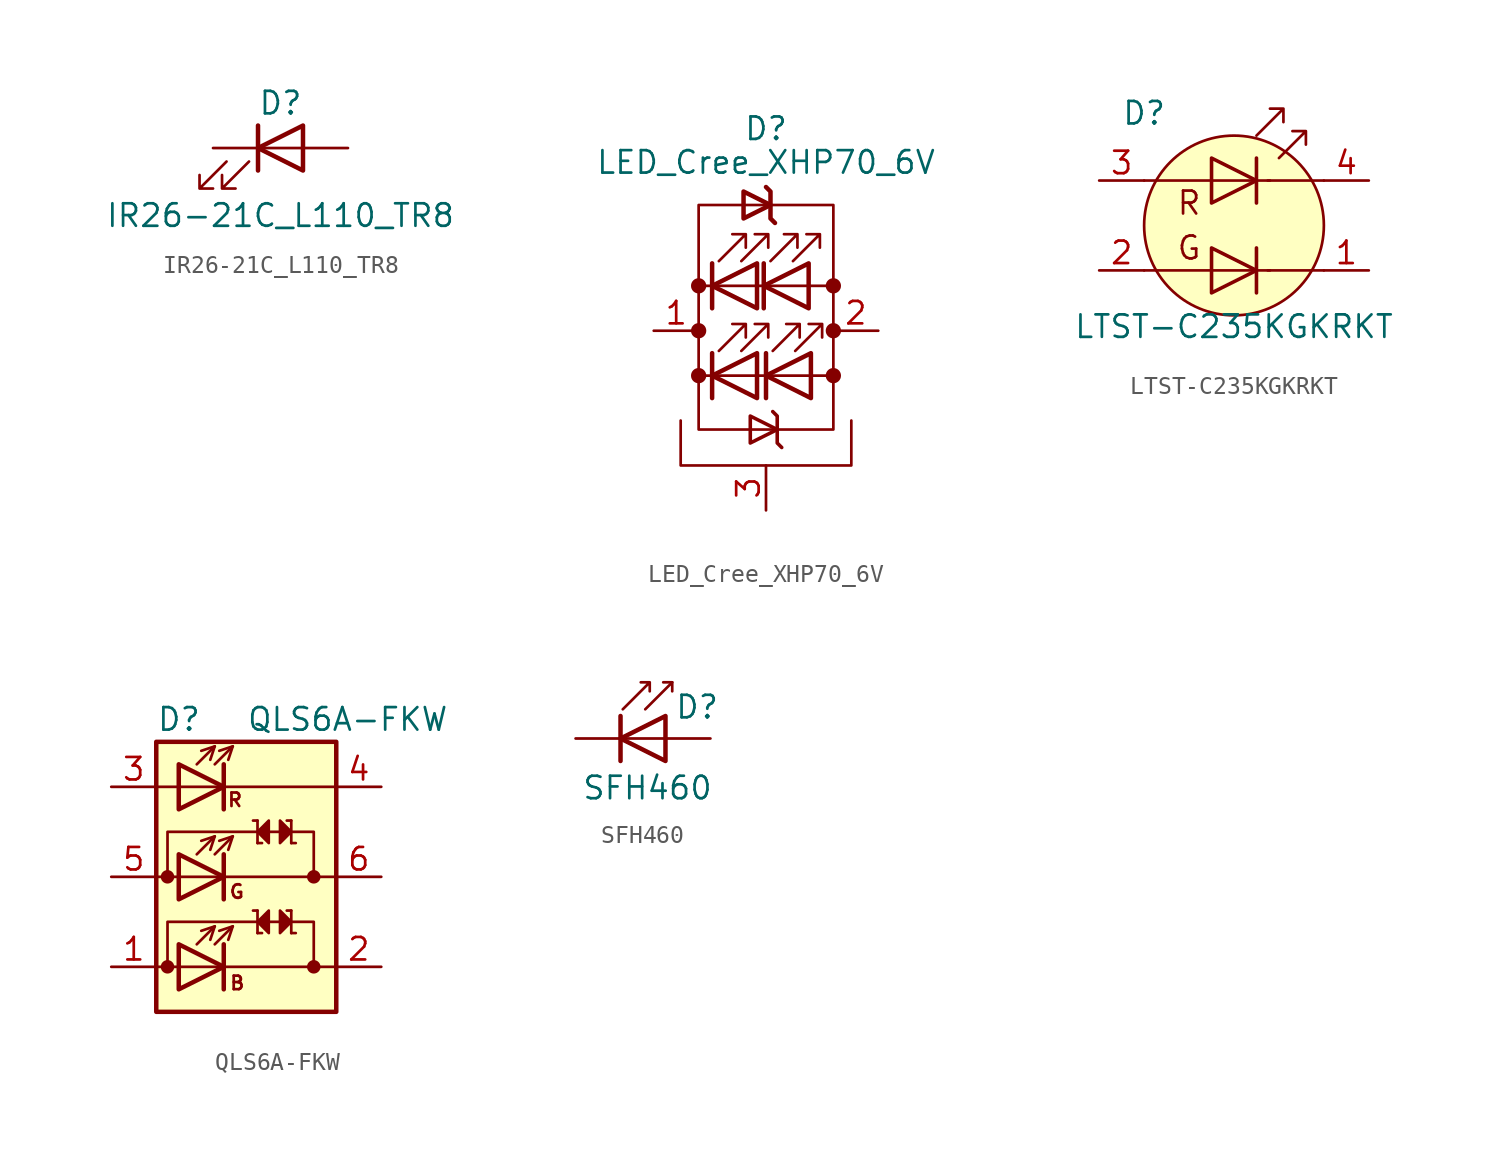
<source format=kicad_sym>
(kicad_symbol_lib
  (version 20231120)
  (generator "kicad_symbol_editor")
  (generator_version "8.0")
  (symbol "IR26-21C_L110_TR8"
    (pin_numbers hide)
    (pin_names
      (offset 1.016) hide)
    (property "Reference" "D"
      (at 0 2.54 0)
      (effects (font (size 1.27 1.27))))
    (property "Value" "IR26-21C_L110_TR8"
      (at 0 -3.81 0)
      (effects (font (size 1.27 1.27))))
    (symbol "IR26-21C_L110_TR8_0_1"
      (polyline (pts (xy -1.27 -1.27) (xy -1.27 1.27)) (stroke (width 0.254) (type default)) (fill (type none)))
      (polyline (pts (xy -1.27 0) (xy 1.27 0)) (stroke (width 0) (type default)) (fill (type none)))
      (polyline (pts (xy 1.27 -1.27) (xy 1.27 1.27) (xy -1.27 0) (xy 1.27 -1.27)) (stroke (width 0.254) (type default)) (fill (type none)))
      (polyline (pts (xy -3.048 -0.762) (xy -4.572 -2.286) (xy -3.81 -2.286) (xy -4.572 -2.286) (xy -4.572 -1.524)) (stroke (width 0) (type default)) (fill (type none)))
      (polyline (pts (xy -1.778 -0.762) (xy -3.302 -2.286) (xy -2.54 -2.286) (xy -3.302 -2.286) (xy -3.302 -1.524)) (stroke (width 0) (type default)) (fill (type none))))
    (symbol "IR26-21C_L110_TR8_1_1"
      (pin passive line (at -3.81 0 0) (length 2.54) (name "K" (effects (font (size 1.27 1.27)))) (number "1" (effects (font (size 1.27 1.27)))))
      (pin passive line (at 3.81 0 180) (length 2.54) (name "A" (effects (font (size 1.27 1.27)))) (number "2" (effects (font (size 1.27 1.27)))))))
  (symbol "LED_Cree_XHP70_6V"
    (pin_names
      (offset 1.016) hide)
    (property "Reference" "D"
      (at 0 11.43 0)
      (effects (font (size 1.27 1.27))))
    (property "Value" "LED_Cree_XHP70_6V"
      (at 0 9.525 0)
      (effects (font (size 1.27 1.27))))
    (symbol "LED_Cree_XHP70_6V_0_1"
      (circle (center -3.81 -2.54) (radius 0.356) (stroke (width 0) (type default)) (fill (type outline)))
      (circle (center -3.81 0) (radius 0.356) (stroke (width 0) (type default)) (fill (type outline)))
      (circle (center -3.81 2.54) (radius 0.356) (stroke (width 0) (type default)) (fill (type outline)))
      (polyline (pts (xy -3.81 -2.54) (xy 3.81 -2.54)) (stroke (width 0) (type default)) (fill (type none)))
      (polyline (pts (xy -3.048 -3.81) (xy -3.048 -1.27)) (stroke (width 0.254) (type default)) (fill (type none)))
      (polyline (pts (xy -3.048 1.27) (xy -3.048 3.81)) (stroke (width 0.254) (type default)) (fill (type none)))
      (polyline (pts (xy -0.127 1.27) (xy -0.127 3.81)) (stroke (width 0.254) (type default)) (fill (type none)))
      (polyline (pts (xy 0 -3.81) (xy 0 -1.27)) (stroke (width 0.254) (type default)) (fill (type none)))
      (polyline (pts (xy 3.81 2.54) (xy -3.81 2.54)) (stroke (width 0) (type default)) (fill (type none)))
      (polyline (pts (xy -4.826 -5.08) (xy -4.826 -7.62) (xy 4.826 -7.62) (xy 4.826 -5.08)) (stroke (width 0) (type default)) (fill (type none)))
      (polyline (pts (xy -0.508 -3.81) (xy -0.508 -1.27) (xy -3.048 -2.54) (xy -0.508 -3.81)) (stroke (width 0.254) (type default)) (fill (type none)))
      (polyline (pts (xy -0.508 1.27) (xy -0.508 3.81) (xy -3.048 2.54) (xy -0.508 1.27)) (stroke (width 0.254) (type default)) (fill (type none)))
      (polyline (pts (xy 0.508 6.096) (xy 0.254 6.35) (xy 0.254 7.874) (xy 0 8.128)) (stroke (width 0.254) (type default)) (fill (type none)))
      (polyline (pts (xy 0.889 -6.604) (xy 0.635 -6.35) (xy 0.635 -4.826) (xy 0.381 -4.572)) (stroke (width 0.203) (type default)) (fill (type none)))
      (polyline (pts (xy 2.413 1.27) (xy 2.413 3.81) (xy -0.127 2.54) (xy 2.413 1.27)) (stroke (width 0.254) (type default)) (fill (type none)))
      (polyline (pts (xy 2.54 -3.81) (xy 2.54 -1.27) (xy 0 -2.54) (xy 2.54 -3.81)) (stroke (width 0.254) (type default)) (fill (type none)))
      (polyline (pts (xy -3.81 -5.588) (xy -3.81 7.112) (xy 3.81 7.112) (xy 3.81 -5.588) (xy -3.81 -5.588)) (stroke (width 0) (type default)) (fill (type none)))
      (polyline (pts (xy -2.667 -1.143) (xy -1.143 0.381) (xy -1.905 0.381) (xy -1.143 0.381) (xy -1.143 -0.381)) (stroke (width 0) (type default)) (fill (type none)))
      (polyline (pts (xy -2.667 3.937) (xy -1.143 5.461) (xy -1.905 5.461) (xy -1.143 5.461) (xy -1.143 4.699)) (stroke (width 0) (type default)) (fill (type none)))
      (polyline (pts (xy -1.397 -1.143) (xy 0.127 0.381) (xy -0.635 0.381) (xy 0.127 0.381) (xy 0.127 -0.381)) (stroke (width 0) (type default)) (fill (type none)))
      (polyline (pts (xy -1.397 3.937) (xy 0.127 5.461) (xy -0.635 5.461) (xy 0.127 5.461) (xy 0.127 4.699)) (stroke (width 0) (type default)) (fill (type none)))
      (polyline (pts (xy -1.27 6.35) (xy -1.27 7.874) (xy 0.254 7.112) (xy -1.27 6.35) (xy -1.27 6.604)) (stroke (width 0.254) (type default)) (fill (type none)))
      (polyline (pts (xy -0.889 -6.35) (xy -0.889 -4.826) (xy 0.635 -5.588) (xy -0.889 -6.35) (xy -0.889 -6.096)) (stroke (width 0.203) (type default)) (fill (type none)))
      (polyline (pts (xy 0.254 3.937) (xy 1.778 5.461) (xy 1.016 5.461) (xy 1.778 5.461) (xy 1.778 4.699)) (stroke (width 0) (type default)) (fill (type none)))
      (polyline (pts (xy 0.381 -1.143) (xy 1.905 0.381) (xy 1.143 0.381) (xy 1.905 0.381) (xy 1.905 -0.381)) (stroke (width 0) (type default)) (fill (type none)))
      (polyline (pts (xy 1.524 3.937) (xy 3.048 5.461) (xy 2.286 5.461) (xy 3.048 5.461) (xy 3.048 4.699)) (stroke (width 0) (type default)) (fill (type none)))
      (polyline (pts (xy 1.651 -1.143) (xy 3.175 0.381) (xy 2.413 0.381) (xy 3.175 0.381) (xy 3.175 -0.381)) (stroke (width 0) (type default)) (fill (type none)))
      (circle (center 3.81 -2.54) (radius 0.356) (stroke (width 0) (type default)) (fill (type outline)))
      (circle (center 3.81 0) (radius 0.356) (stroke (width 0) (type default)) (fill (type outline)))
      (circle (center 3.81 2.54) (radius 0.356) (stroke (width 0) (type default)) (fill (type outline))))
    (symbol "LED_Cree_XHP70_6V_1_1"
      (pin passive line (at -6.35 0 0) (length 2.54) (name "K" (effects (font (size 1.27 1.27)))) (number "1" (effects (font (size 1.27 1.27)))))
      (pin passive line (at 6.35 0 180) (length 2.54) (name "A" (effects (font (size 1.27 1.27)))) (number "2" (effects (font (size 1.27 1.27)))))
      (pin passive line (at 0 -10.16 90) (length 2.54) (name "PAD" (effects (font (size 1.27 1.27)))) (number "3" (effects (font (size 1.27 1.27)))))))
  (symbol "LTST-C235KGKRKT"
    (pin_names
      (offset 0) hide)
    (property "Reference" "D"
      (at -5.08 6.35 0)
      (effects (font (size 1.27 1.27))))
    (property "Value" "LTST-C235KGKRKT"
      (at 0 -5.715 0)
      (effects (font (size 1.27 1.27))))
    (symbol "LTST-C235KGKRKT_0_0"
      (text "G" (at -2.54 -1.27 0) (effects (font (size 1.295 1.295))))
      (text "R" (at -2.54 1.27 0) (effects (font (size 1.295 1.295)))))
    (symbol "LTST-C235KGKRKT_0_1"
      (polyline (pts (xy -5.08 -2.54) (xy 2.032 -2.54)) (stroke (width 0) (type solid)) (fill (type none)))
      (polyline (pts (xy -5.08 2.54) (xy 2.032 2.54)) (stroke (width 0) (type solid)) (fill (type none)))
      (polyline (pts (xy 1.27 -1.27) (xy 1.27 -3.81)) (stroke (width 0.203) (type solid)) (fill (type none)))
      (polyline (pts (xy 1.27 3.81) (xy 1.27 1.27)) (stroke (width 0.203) (type solid)) (fill (type none)))
      (polyline (pts (xy 5.08 -2.54) (xy 1.905 -2.54)) (stroke (width 0) (type solid)) (fill (type none)))
      (polyline (pts (xy 5.08 2.54) (xy 1.905 2.54)) (stroke (width 0) (type solid)) (fill (type none)))
      (polyline (pts (xy -1.27 -1.27) (xy -1.27 -3.81) (xy 1.27 -2.54) (xy -1.27 -1.27)) (stroke (width 0.203) (type solid)) (fill (type none)))
      (polyline (pts (xy -1.27 3.81) (xy -1.27 1.27) (xy 1.27 2.54) (xy -1.27 3.81)) (stroke (width 0.203) (type solid)) (fill (type none)))
      (polyline (pts (xy 1.27 5.08) (xy 2.794 6.604) (xy 2.032 6.604) (xy 2.794 6.604) (xy 2.794 5.842)) (stroke (width 0) (type solid)) (fill (type none)))
      (polyline (pts (xy 2.54 3.81) (xy 4.064 5.334) (xy 3.302 5.334) (xy 4.064 5.334) (xy 4.064 4.572)) (stroke (width 0) (type solid)) (fill (type none)))
      (circle (center 0 0) (radius 5.08) (stroke (width 0) (type solid)) (fill (type background))))
    (symbol "LTST-C235KGKRKT_1_1"
      (pin input line (at 7.62 -2.54 180) (length 2.54) (name "K2" (effects (font (size 1.27 1.27)))) (number "1" (effects (font (size 1.27 1.27)))))
      (pin input line (at -7.62 -2.54 0) (length 2.54) (name "A2" (effects (font (size 1.27 1.27)))) (number "2" (effects (font (size 1.27 1.27)))))
      (pin input line (at -7.62 2.54 0) (length 2.54) (name "A1" (effects (font (size 1.27 1.27)))) (number "3" (effects (font (size 1.27 1.27)))))
      (pin input line (at 7.62 2.54 180) (length 2.54) (name "K1" (effects (font (size 1.27 1.27)))) (number "4" (effects (font (size 1.27 1.27)))))))
  (symbol "QLS6A-FKW"
    (pin_names hide)
    (property "Reference" "D"
      (at -5.08 8.89 0)
      (effects (font (size 1.27 1.27)) (justify left)))
    (property "Value" "QLS6A-FKW"
      (at 0 8.89 0)
      (effects (font (size 1.27 1.27)) (justify left)))
    (symbol "QLS6A-FKW_0_0"
      (text "B" (at -0.508 -5.994 0) (effects (font (size 0.762 0.762))))
      (text "G" (at -0.533 -0.838 0) (effects (font (size 0.762 0.762))))
      (text "R" (at -0.635 4.343 0) (effects (font (size 0.762 0.762)))))
    (symbol "QLS6A-FKW_0_1"
      (rectangle (start -5.08 7.62) (end 5.08 -7.62) (stroke (width 0.254) (type default)) (fill (type background)))
      (polyline (pts (xy -5.08 -5.08) (xy 5.08 -5.08)) (stroke (width 0) (type default)) (fill (type none)))
      (polyline (pts (xy -5.08 0) (xy 5.08 0)) (stroke (width 0) (type default)) (fill (type none)))
      (polyline (pts (xy -1.27 -3.81) (xy -1.27 -6.35)) (stroke (width 0.254) (type default)) (fill (type none)))
      (polyline (pts (xy -1.27 1.27) (xy -1.27 -1.27)) (stroke (width 0.254) (type default)) (fill (type none)))
      (polyline (pts (xy -1.27 6.35) (xy -1.27 3.81)) (stroke (width 0.254) (type default)) (fill (type none)))
      (polyline (pts (xy 0.635 -1.905) (xy 0.381 -1.905)) (stroke (width 0) (type default)) (fill (type none)))
      (polyline (pts (xy 0.635 -1.905) (xy 0.635 -3.175)) (stroke (width 0) (type default)) (fill (type none)))
      (polyline (pts (xy 0.635 1.905) (xy 0.889 1.905)) (stroke (width 0) (type default)) (fill (type none)))
      (polyline (pts (xy 0.635 3.175) (xy 0.381 3.175)) (stroke (width 0) (type default)) (fill (type none)))
      (polyline (pts (xy 0.635 3.175) (xy 0.635 1.905)) (stroke (width 0) (type default)) (fill (type none)))
      (polyline (pts (xy 0.889 -3.175) (xy 0.635 -3.175)) (stroke (width 0) (type default)) (fill (type none)))
      (polyline (pts (xy 2.54 -3.175) (xy 2.794 -3.175)) (stroke (width 0) (type default)) (fill (type none)))
      (polyline (pts (xy 2.54 -1.905) (xy 2.286 -1.905)) (stroke (width 0) (type default)) (fill (type none)))
      (polyline (pts (xy 2.54 -1.905) (xy 2.54 -3.175)) (stroke (width 0) (type default)) (fill (type none)))
      (polyline (pts (xy 2.54 1.905) (xy 2.54 3.175)) (stroke (width 0) (type default)) (fill (type none)))
      (polyline (pts (xy 2.54 1.905) (xy 2.794 1.905)) (stroke (width 0) (type default)) (fill (type none)))
      (polyline (pts (xy 2.54 3.175) (xy 2.286 3.175)) (stroke (width 0) (type default)) (fill (type none)))
      (polyline (pts (xy -4.445 0) (xy -4.445 2.54) (xy 3.81 2.54) (xy 3.81 0)) (stroke (width 0) (type default)) (fill (type none)))
      (polyline (pts (xy -3.81 -3.81) (xy -3.81 -6.35) (xy -1.27 -5.08) (xy -3.81 -3.81)) (stroke (width 0.254) (type default)) (fill (type none)))
      (polyline (pts (xy -3.81 1.27) (xy -3.81 -1.27) (xy -1.27 0) (xy -3.81 1.27)) (stroke (width 0.254) (type default)) (fill (type none)))
      (polyline (pts (xy -3.81 6.35) (xy -1.27 5.08) (xy -3.81 3.81) (xy -3.81 6.35)) (stroke (width 0.254) (type default)) (fill (type none)))
      (polyline (pts (xy 0.635 -2.54) (xy 1.27 -3.175) (xy 1.27 -1.905) (xy 0.635 -2.54)) (stroke (width 0) (type default)) (fill (type outline)))
      (polyline (pts (xy 1.27 3.175) (xy 1.27 1.905) (xy 0.635 2.54) (xy 1.27 3.175)) (stroke (width 0) (type default)) (fill (type outline)))
      (polyline (pts (xy 1.905 -1.905) (xy 1.905 -3.175) (xy 2.54 -2.54) (xy 1.905 -1.905)) (stroke (width 0) (type default)) (fill (type outline)))
      (polyline (pts (xy 1.905 3.175) (xy 1.905 1.905) (xy 2.54 2.54) (xy 1.905 3.175)) (stroke (width 0) (type default)) (fill (type outline)))
      (polyline (pts (xy 3.81 -5.08) (xy 3.81 -2.54) (xy -4.445 -2.54) (xy -4.445 -5.08)) (stroke (width 0) (type default)) (fill (type none))))
    (symbol "QLS6A-FKW_1_1"
      (circle (center -4.445 -5.08) (radius 0.254) (stroke (width 0.254) (type default)) (fill (type outline)))
      (circle (center -4.445 0) (radius 0.254) (stroke (width 0.254) (type default)) (fill (type outline)))
      (polyline (pts (xy -5.08 5.08) (xy 5.08 5.08)) (stroke (width 0) (type default)) (fill (type none)))
      (polyline (pts (xy -2.794 -3.81) (xy -1.778 -2.794)) (stroke (width 0) (type default)) (fill (type none)))
      (polyline (pts (xy -2.794 1.27) (xy -1.778 2.286)) (stroke (width 0) (type default)) (fill (type none)))
      (polyline (pts (xy -2.794 6.35) (xy -1.778 7.366)) (stroke (width 0) (type default)) (fill (type none)))
      (polyline (pts (xy -1.778 -3.81) (xy -0.762 -2.794)) (stroke (width 0) (type default)) (fill (type none)))
      (polyline (pts (xy -1.778 1.27) (xy -0.762 2.286)) (stroke (width 0) (type default)) (fill (type none)))
      (polyline (pts (xy -1.778 6.35) (xy -0.762 7.366)) (stroke (width 0) (type default)) (fill (type none)))
      (polyline (pts (xy -2.54 -3.048) (xy -1.778 -2.794) (xy -2.032 -3.556)) (stroke (width 0) (type default)) (fill (type none)))
      (polyline (pts (xy -2.54 2.032) (xy -1.778 2.286) (xy -2.032 1.524)) (stroke (width 0) (type default)) (fill (type none)))
      (polyline (pts (xy -2.54 7.112) (xy -1.778 7.366) (xy -2.032 6.604)) (stroke (width 0) (type default)) (fill (type none)))
      (polyline (pts (xy -1.524 -3.048) (xy -0.762 -2.794) (xy -1.016 -3.556)) (stroke (width 0) (type default)) (fill (type none)))
      (polyline (pts (xy -1.524 2.032) (xy -0.762 2.286) (xy -1.016 1.524)) (stroke (width 0) (type default)) (fill (type none)))
      (polyline (pts (xy -1.524 7.112) (xy -0.762 7.366) (xy -1.016 6.604)) (stroke (width 0) (type default)) (fill (type none)))
      (circle (center 3.81 -5.08) (radius 0.254) (stroke (width 0.254) (type default)) (fill (type outline)))
      (circle (center 3.81 0) (radius 0.254) (stroke (width 0.254) (type default)) (fill (type outline)))
      (pin passive line (at -7.62 -5.08 0) (length 2.54) (name "AB" (effects (font (size 1.27 1.27)))) (number "1" (effects (font (size 1.27 1.27)))))
      (pin passive line (at 7.62 -5.08 180) (length 2.54) (name "KB" (effects (font (size 1.27 1.27)))) (number "2" (effects (font (size 1.27 1.27)))))
      (pin passive line (at -7.62 5.08 0) (length 2.54) (name "AR" (effects (font (size 1.27 1.27)))) (number "3" (effects (font (size 1.27 1.27)))))
      (pin passive line (at 7.62 5.08 180) (length 2.54) (name "KR" (effects (font (size 1.27 1.27)))) (number "4" (effects (font (size 1.27 1.27)))))
      (pin passive line (at -7.62 0 0) (length 2.54) (name "AG" (effects (font (size 1.27 1.27)))) (number "5" (effects (font (size 1.27 1.27)))))
      (pin passive line (at 7.62 0 180) (length 2.54) (name "KR" (effects (font (size 1.27 1.27)))) (number "6" (effects (font (size 1.27 1.27)))))))
  (symbol "SFH460"
    (pin_numbers hide)
    (pin_names
      (offset 1.016) hide)
    (property "Reference" "D"
      (at 0.508 1.778 0)
      (effects (font (size 1.27 1.27)) (justify left)))
    (property "Value" "SFH460"
      (at -1.016 -2.794 0)
      (effects (font (size 1.27 1.27))))
    (symbol "SFH460_0_1"
      (polyline (pts (xy -2.54 1.27) (xy -2.54 -1.27)) (stroke (width 0.254) (type default)) (fill (type none)))
      (polyline (pts (xy 0 0) (xy -2.54 0)) (stroke (width 0) (type default)) (fill (type none)))
      (polyline (pts (xy 0.381 3.175) (xy -0.127 3.175)) (stroke (width 0) (type default)) (fill (type none)))
      (polyline (pts (xy -1.143 1.651) (xy 0.381 3.175) (xy 0.381 2.667)) (stroke (width 0) (type default)) (fill (type none)))
      (polyline (pts (xy 0 1.27) (xy 0 -1.27) (xy -2.54 0) (xy 0 1.27)) (stroke (width 0.254) (type default)) (fill (type none)))
      (polyline (pts (xy -2.413 1.651) (xy -0.889 3.175) (xy -0.889 2.667) (xy -0.889 3.175) (xy -1.397 3.175)) (stroke (width 0) (type default)) (fill (type none))))
    (symbol "SFH460_1_1"
      (pin passive line (at -5.08 0 0) (length 2.54) (name "K" (effects (font (size 1.27 1.27)))) (number "1" (effects (font (size 1.27 1.27)))))
      (pin passive line (at 2.54 0 180) (length 2.54) (name "A" (effects (font (size 1.27 1.27)))) (number "2" (effects (font (size 1.27 1.27))))))))
</source>
